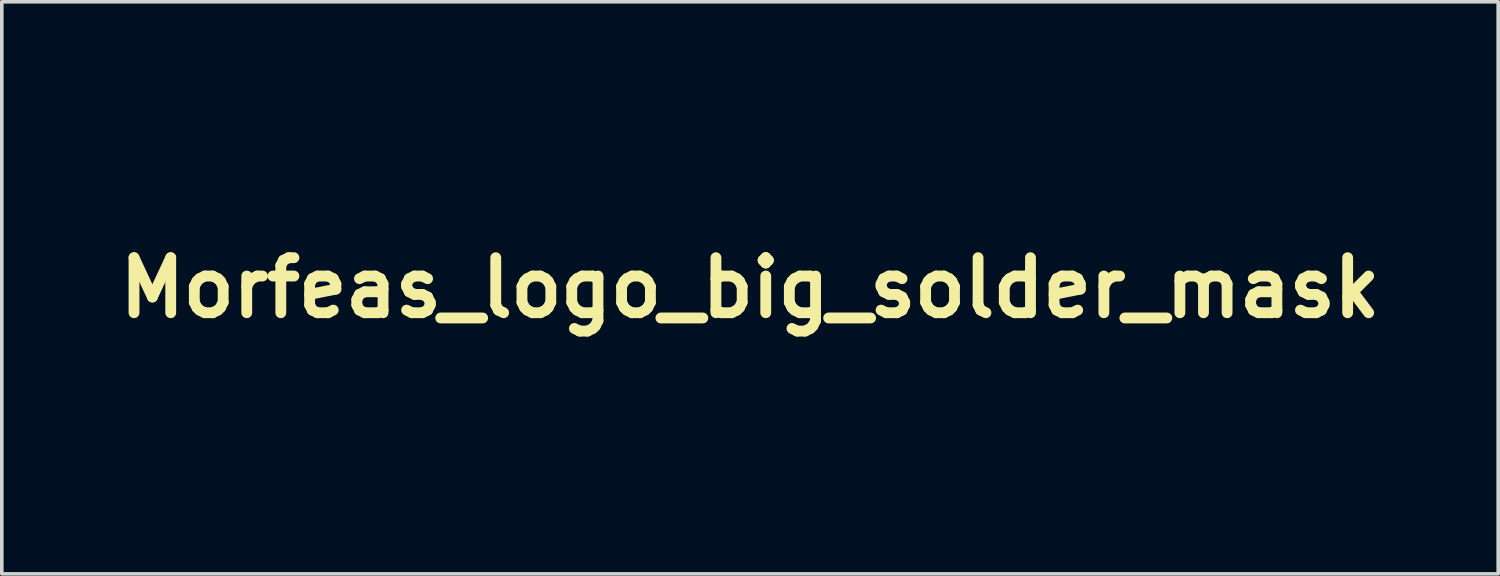
<source format=kicad_pcb>
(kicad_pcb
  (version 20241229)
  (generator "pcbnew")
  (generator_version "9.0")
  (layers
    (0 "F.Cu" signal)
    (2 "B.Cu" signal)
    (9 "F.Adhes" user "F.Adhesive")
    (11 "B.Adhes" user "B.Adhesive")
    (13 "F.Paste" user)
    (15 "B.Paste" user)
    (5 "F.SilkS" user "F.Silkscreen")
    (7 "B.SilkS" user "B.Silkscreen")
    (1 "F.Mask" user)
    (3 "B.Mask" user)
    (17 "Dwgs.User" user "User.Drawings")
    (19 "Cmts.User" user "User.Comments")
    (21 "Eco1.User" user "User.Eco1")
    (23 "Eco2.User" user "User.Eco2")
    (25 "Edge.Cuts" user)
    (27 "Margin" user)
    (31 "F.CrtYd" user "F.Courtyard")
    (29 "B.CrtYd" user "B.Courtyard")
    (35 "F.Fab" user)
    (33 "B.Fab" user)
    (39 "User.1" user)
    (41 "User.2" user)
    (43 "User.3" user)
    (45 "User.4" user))
  (footprint "Morfeas_logo_big_solder_mask"
    (layer "F.Cu")
    (at 17.715 4.919)
    (property "Reference" "Morfeas_logo_big_solder_mask" (at 0 0 0) (layer "F.SilkS") (effects (font (size 1.524 1.524) (thickness 0.3))))
    (attr through_hole)
    (fp_poly (pts (xy -0.893 -2.063) (xy -0.872 -2.042) (xy -0.846 -2.007) (xy -0.883 -1.967) (xy -0.923 -1.931) (xy -0.952 -1.914) (xy -0.974 -1.915) (xy -0.976 -1.916) (xy -0.99 -1.938) (xy -0.998 -1.974) (xy -0.997 -2.014) (xy -0.987 -2.045) (xy -0.962 -2.071) (xy -0.928 -2.077) (xy -0.893 -2.063)) (stroke (width 0.01) (type solid)) (fill yes) (layer "F.Mask"))
    (fp_poly (pts (xy 0.33 2.832) (xy 0.352 2.851) (xy 0.352 2.877) (xy 0.336 2.906) (xy 0.3 2.941) (xy 0.255 2.963) (xy 0.211 2.968) (xy 0.194 2.963) (xy 0.18 2.946) (xy 0.18 2.916) (xy 0.192 2.882) (xy 0.197 2.874) (xy 0.227 2.847) (xy 0.268 2.83) (xy 0.308 2.826) (xy 0.33 2.832)) (stroke (width 0.01) (type solid)) (fill yes) (layer "F.Mask"))
    (fp_poly (pts (xy -2.911 2.496) (xy -2.768 2.515) (xy -2.646 2.547) (xy -2.546 2.592) (xy -2.467 2.649) (xy -2.411 2.718) (xy -2.376 2.8) (xy -2.365 2.868) (xy -2.363 2.922) (xy -2.368 2.962) (xy -2.38 3.001) (xy -2.391 3.026) (xy -2.44 3.106) (xy -2.506 3.174) (xy -2.593 3.231) (xy -2.699 3.276) (xy -2.827 3.31) (xy -2.977 3.334) (xy -3.029 3.34) (xy -3.087 3.345) (xy -3.136 3.349) (xy -3.17 3.352) (xy -3.183 3.353) (xy -3.192 3.365) (xy -3.199 3.402) (xy -3.205 3.462) (xy -3.206 3.477) (xy -3.213 3.552) (xy -3.223 3.629) (xy -3.235 3.7) (xy -3.248 3.758) (xy -3.258 3.787) (xy -3.258 3.8) (xy -3.244 3.81) (xy -3.21 3.819) (xy -3.198 3.822) (xy -3.05 3.845) (xy -2.911 3.854) (xy -2.772 3.847) (xy -2.628 3.824) (xy -2.535 3.802) (xy -2.462 3.783) (xy -2.409 3.766) (xy -2.369 3.748) (xy -2.339 3.727) (xy -2.311 3.701) (xy -2.301 3.69) (xy -2.274 3.654) (xy -2.263 3.618) (xy -2.261 3.584) (xy -2.269 3.523) (xy -2.286 3.486) (xy -2.308 3.439) (xy -2.305 3.399) (xy -2.279 3.366) (xy -2.228 3.34) (xy -2.226 3.34) (xy -2.2 3.333) (xy -2.172 3.336) (xy -2.135 3.348) (xy -2.111 3.358) (xy -1.996 3.396) (xy -1.884 3.409) (xy -1.771 3.399) (xy -1.654 3.364) (xy -1.639 3.359) (xy -1.592 3.341) (xy -1.561 3.335) (xy -1.539 3.339) (xy -1.536 3.34) (xy -1.518 3.354) (xy -1.514 3.371) (xy -1.523 3.398) (xy -1.547 3.437) (xy -1.563 3.459) (xy -1.618 3.541) (xy -1.657 3.611) (xy -1.679 3.673) (xy -1.689 3.73) (xy -1.689 3.745) (xy -1.682 3.813) (xy -1.663 3.867) (xy -1.633 3.905) (xy -1.611 3.917) (xy -1.591 3.921) (xy -1.572 3.917) (xy -1.549 3.901) (xy -1.514 3.871) (xy -1.505 3.863) (xy -1.457 3.824) (xy -1.411 3.796) (xy -1.384 3.785) (xy -1.338 3.764) (xy -1.074 3.764) (xy -1.072 3.775) (xy -1.071 3.778) (xy -1.043 3.832) (xy -0.998 3.879) (xy -0.967 3.899) (xy -0.909 3.919) (xy -0.843 3.924) (xy -0.781 3.915) (xy -0.736 3.895) (xy -0.695 3.861) (xy -0.662 3.82) (xy -0.64 3.778) (xy -0.635 3.753) (xy -0.636 3.74) (xy -0.642 3.733) (xy -0.659 3.732) (xy -0.691 3.736) (xy -0.733 3.743) (xy -0.797 3.751) (xy -0.873 3.756) (xy -0.947 3.757) (xy -0.956 3.756) (xy -1.012 3.755) (xy -1.048 3.755) (xy -1.067 3.758) (xy -1.074 3.764) (xy -1.338 3.764) (xy -1.319 3.756) (xy -1.271 3.708) (xy -1.24 3.643) (xy -1.24 3.641) (xy -1.224 3.604) (xy -0.973 3.604) (xy -0.972 3.606) (xy -0.956 3.612) (xy -0.92 3.616) (xy -0.872 3.618) (xy -0.816 3.618) (xy -0.76 3.614) (xy -0.711 3.609) (xy -0.654 3.6) (xy -0.705 3.546) (xy -0.753 3.504) (xy -0.798 3.482) (xy -0.801 3.481) (xy -0.846 3.475) (xy -0.887 3.477) (xy -0.916 3.486) (xy -0.927 3.501) (xy -0.934 3.523) (xy -0.952 3.552) (xy -0.954 3.555) (xy -0.97 3.583) (xy -0.973 3.604) (xy -1.224 3.604) (xy -1.208 3.563) (xy -1.159 3.497) (xy -1.092 3.441) (xy -1.002 3.391) (xy -1.001 3.391) (xy -0.896 3.352) (xy -0.798 3.334) (xy -0.707 3.338) (xy -0.626 3.364) (xy -0.614 3.37) (xy -0.583 3.393) (xy -0.55 3.427) (xy -0.514 3.476) (xy -0.476 3.535) (xy -0.467 3.546) (xy -0.452 3.549) (xy -0.426 3.544) (xy -0.397 3.536) (xy -0.338 3.523) (xy -0.289 3.521) (xy -0.257 3.53) (xy -0.244 3.547) (xy -0.245 3.571) (xy -0.262 3.594) (xy -0.297 3.619) (xy -0.352 3.647) (xy -0.365 3.653) (xy -0.413 3.676) (xy -0.441 3.694) (xy -0.455 3.71) (xy -0.457 3.724) (xy -0.463 3.752) (xy -0.476 3.791) (xy -0.487 3.816) (xy -0.533 3.888) (xy -0.598 3.95) (xy -0.676 4.001) (xy -0.764 4.04) (xy -0.855 4.064) (xy -0.946 4.071) (xy -1.031 4.061) (xy -1.093 4.038) (xy -1.132 4.012) (xy -1.174 3.975) (xy -1.209 3.934) (xy -1.234 3.896) (xy -1.239 3.883) (xy -1.246 3.853) (xy -1.317 3.889) (xy -1.367 3.918) (xy -1.417 3.954) (xy -1.442 3.974) (xy -1.502 4.023) (xy -1.557 4.053) (xy -1.613 4.067) (xy -1.645 4.068) (xy -1.718 4.057) (xy -1.779 4.025) (xy -1.826 3.977) (xy -1.858 3.914) (xy -1.875 3.841) (xy -1.874 3.758) (xy -1.855 3.67) (xy -1.826 3.597) (xy -1.797 3.535) (xy -1.867 3.547) (xy -1.922 3.552) (xy -1.981 3.553) (xy -2.004 3.552) (xy -2.05 3.55) (xy -2.073 3.556) (xy -2.076 3.56) (xy -2.082 3.58) (xy -2.094 3.614) (xy -2.102 3.637) (xy -2.135 3.699) (xy -2.188 3.761) (xy -2.254 3.819) (xy -2.328 3.867) (xy -2.404 3.902) (xy -2.464 3.918) (xy -2.503 3.926) (xy -2.557 3.939) (xy -2.614 3.955) (xy -2.629 3.96) (xy -2.671 3.972) (xy -2.709 3.981) (xy -2.748 3.987) (xy -2.793 3.99) (xy -2.85 3.992) (xy -2.925 3.992) (xy -2.953 3.992) (xy -3.063 3.99) (xy -3.159 3.985) (xy -3.236 3.977) (xy -3.268 3.972) (xy -3.367 3.953) (xy -3.446 3.995) (xy -3.555 4.044) (xy -3.656 4.069) (xy -3.75 4.071) (xy -3.801 4.061) (xy -3.858 4.034) (xy -3.905 3.988) (xy -3.936 3.929) (xy -3.938 3.92) (xy -3.943 3.884) (xy -3.945 3.826) (xy -3.944 3.776) (xy -3.768 3.776) (xy -3.766 3.801) (xy -3.752 3.853) (xy -3.729 3.893) (xy -3.702 3.915) (xy -3.698 3.916) (xy -3.663 3.921) (xy -3.615 3.922) (xy -3.568 3.921) (xy -3.533 3.916) (xy -3.508 3.9) (xy -3.487 3.87) (xy -3.486 3.869) (xy -3.465 3.83) (xy -3.442 3.797) (xy -3.426 3.772) (xy -3.413 3.739) (xy -3.404 3.696) (xy -3.398 3.641) (xy -3.395 3.571) (xy -3.395 3.484) (xy -3.398 3.379) (xy -3.403 3.251) (xy -3.409 3.146) (xy -3.416 3.025) (xy -3.421 2.928) (xy -3.423 2.851) (xy -3.425 2.793) (xy -3.424 2.752) (xy -3.422 2.724) (xy -3.418 2.709) (xy -3.418 2.708) (xy -3.403 2.68) (xy -3.447 2.706) (xy -3.513 2.756) (xy -3.575 2.821) (xy -3.625 2.894) (xy -3.632 2.909) (xy -3.664 2.982) (xy -3.689 3.063) (xy -3.706 3.156) (xy -3.719 3.266) (xy -3.721 3.3) (xy -3.728 3.381) (xy -3.737 3.47) (xy -3.747 3.556) (xy -3.753 3.607) (xy -3.761 3.67) (xy -3.766 3.729) (xy -3.768 3.776) (xy -3.944 3.776) (xy -3.943 3.752) (xy -3.939 3.666) (xy -3.933 3.572) (xy -3.925 3.474) (xy -3.915 3.377) (xy -3.904 3.284) (xy -3.892 3.201) (xy -3.879 3.132) (xy -3.873 3.105) (xy -3.829 2.972) (xy -3.765 2.853) (xy -3.68 2.747) (xy -3.58 2.66) (xy -3.256 2.66) (xy -3.253 2.67) (xy -3.248 2.693) (xy -3.244 2.735) (xy -3.239 2.792) (xy -3.235 2.86) (xy -3.234 2.896) (xy -3.23 2.969) (xy -3.226 3.039) (xy -3.222 3.098) (xy -3.219 3.141) (xy -3.218 3.152) (xy -3.21 3.212) (xy -3.1 3.205) (xy -3.032 3.201) (xy -2.956 3.194) (xy -2.889 3.187) (xy -2.887 3.187) (xy -2.786 3.171) (xy -2.706 3.15) (xy -2.646 3.123) (xy -2.608 3.095) (xy -2.567 3.041) (xy -2.547 2.976) (xy -2.551 2.905) (xy -2.554 2.892) (xy -2.581 2.824) (xy -2.626 2.768) (xy -2.691 2.722) (xy -2.777 2.685) (xy -2.832 2.668) (xy -2.886 2.656) (xy -2.951 2.645) (xy -3.023 2.637) (xy -3.095 2.631) (xy -3.158 2.629) (xy -3.208 2.63) (xy -3.23 2.634) (xy -3.253 2.643) (xy -3.256 2.66) (xy -3.58 2.66) (xy -3.573 2.653) (xy -3.519 2.615) (xy -3.423 2.559) (xy -3.328 2.521) (xy -3.227 2.499) (xy -3.113 2.49) (xy -3.076 2.489) (xy -2.911 2.496)) (stroke (width 0.01) (type solid)) (fill yes) (layer "F.Mask"))
    (fp_poly (pts (xy 2.931 2.831) (xy 2.938 2.834) (xy 2.953 2.856) (xy 2.958 2.899) (xy 2.955 2.96) (xy 2.942 3.036) (xy 2.929 3.089) (xy 2.917 3.138) (xy 2.91 3.176) (xy 2.907 3.197) (xy 2.909 3.2) (xy 2.923 3.199) (xy 2.959 3.196) (xy 3.011 3.191) (xy 3.074 3.185) (xy 3.115 3.181) (xy 3.189 3.174) (xy 3.26 3.169) (xy 3.322 3.165) (xy 3.368 3.164) (xy 3.381 3.165) (xy 3.42 3.168) (xy 3.441 3.175) (xy 3.449 3.188) (xy 3.452 3.202) (xy 3.449 3.231) (xy 3.428 3.255) (xy 3.416 3.264) (xy 3.397 3.275) (xy 3.373 3.284) (xy 3.34 3.292) (xy 3.294 3.3) (xy 3.23 3.308) (xy 3.151 3.316) (xy 3.077 3.324) (xy 3.01 3.33) (xy 2.955 3.336) (xy 2.916 3.339) (xy 2.901 3.34) (xy 2.887 3.343) (xy 2.877 3.355) (xy 2.87 3.381) (xy 2.862 3.426) (xy 2.86 3.437) (xy 2.854 3.494) (xy 2.854 3.539) (xy 2.861 3.586) (xy 2.871 3.63) (xy 2.904 3.728) (xy 2.947 3.808) (xy 2.998 3.868) (xy 3.056 3.908) (xy 3.12 3.924) (xy 3.131 3.924) (xy 3.156 3.916) (xy 3.195 3.895) (xy 3.241 3.863) (xy 3.252 3.855) (xy 3.314 3.812) (xy 3.368 3.784) (xy 3.412 3.773) (xy 3.441 3.778) (xy 3.451 3.795) (xy 3.454 3.823) (xy 3.445 3.858) (xy 3.419 3.882) (xy 3.391 3.902) (xy 3.352 3.931) (xy 3.316 3.96) (xy 3.249 4.009) (xy 3.193 4.042) (xy 3.14 4.061) (xy 3.085 4.068) (xy 3.067 4.068) (xy 2.977 4.057) (xy 2.893 4.025) (xy 2.82 3.976) (xy 2.764 3.911) (xy 2.748 3.882) (xy 2.729 3.846) (xy 2.716 3.821) (xy 2.711 3.812) (xy 2.7 3.817) (xy 2.675 3.834) (xy 2.649 3.853) (xy 2.607 3.881) (xy 2.564 3.903) (xy 2.542 3.911) (xy 2.51 3.922) (xy 2.462 3.94) (xy 2.407 3.962) (xy 2.376 3.975) (xy 2.241 4.028) (xy 2.12 4.061) (xy 2.012 4.076) (xy 1.915 4.072) (xy 1.826 4.049) (xy 1.744 4.007) (xy 1.729 3.998) (xy 1.682 3.957) (xy 1.643 3.909) (xy 1.621 3.867) (xy 1.609 3.865) (xy 1.581 3.874) (xy 1.561 3.882) (xy 1.526 3.898) (xy 1.471 3.918) (xy 1.403 3.942) (xy 1.327 3.967) (xy 1.249 3.992) (xy 1.173 4.016) (xy 1.106 4.035) (xy 1.067 4.046) (xy 0.981 4.062) (xy 0.894 4.068) (xy 0.813 4.063) (xy 0.745 4.05) (xy 0.719 4.039) (xy 0.649 3.992) (xy 0.596 3.926) (xy 0.576 3.884) (xy 0.556 3.836) (xy 0.516 3.866) (xy 0.481 3.889) (xy 0.435 3.913) (xy 0.408 3.925) (xy 0.34 3.954) (xy 0.348 4.012) (xy 0.356 4.084) (xy 0.361 4.168) (xy 0.364 4.258) (xy 0.365 4.346) (xy 0.363 4.426) (xy 0.358 4.49) (xy 0.357 4.502) (xy 0.331 4.614) (xy 0.286 4.708) (xy 0.223 4.787) (xy 0.14 4.849) (xy 0.091 4.874) (xy 0.036 4.893) (xy -0.03 4.906) (xy -0.102 4.913) (xy -0.171 4.914) (xy -0.23 4.908) (xy -0.273 4.895) (xy -0.273 4.895) (xy -0.333 4.856) (xy -0.374 4.811) (xy -0.399 4.757) (xy -0.41 4.687) (xy -0.412 4.635) (xy -0.412 4.633) (xy -0.227 4.633) (xy -0.217 4.68) (xy -0.194 4.716) (xy -0.155 4.747) (xy -0.149 4.751) (xy -0.119 4.766) (xy -0.085 4.772) (xy -0.038 4.772) (xy -0.029 4.771) (xy 0.021 4.764) (xy 0.063 4.753) (xy 0.084 4.744) (xy 0.109 4.719) (xy 0.134 4.682) (xy 0.144 4.663) (xy 0.153 4.641) (xy 0.16 4.619) (xy 0.165 4.592) (xy 0.168 4.557) (xy 0.17 4.509) (xy 0.171 4.444) (xy 0.171 4.359) (xy 0.171 4.341) (xy 0.17 4.24) (xy 0.168 4.161) (xy 0.165 4.105) (xy 0.161 4.072) (xy 0.157 4.064) (xy 0.14 4.063) (xy 0.109 4.078) (xy 0.069 4.106) (xy 0.024 4.143) (xy -0.023 4.187) (xy -0.067 4.233) (xy -0.085 4.254) (xy -0.148 4.338) (xy -0.19 4.417) (xy -0.216 4.495) (xy -0.226 4.569) (xy -0.227 4.633) (xy -0.412 4.633) (xy -0.412 4.581) (xy -0.408 4.541) (xy -0.399 4.506) (xy -0.382 4.465) (xy -0.36 4.419) (xy -0.281 4.289) (xy -0.181 4.167) (xy -0.059 4.055) (xy 0.08 3.956) (xy 0.114 3.933) (xy 0.132 3.915) (xy 0.136 3.896) (xy 0.134 3.873) (xy 0.129 3.833) (xy 0.123 3.784) (xy 0.12 3.764) (xy 0.112 3.698) (xy 0.034 3.752) (xy -0.041 3.8) (xy -0.118 3.843) (xy -0.195 3.88) (xy -0.266 3.908) (xy -0.327 3.925) (xy -0.374 3.931) (xy -0.389 3.929) (xy -0.411 3.922) (xy -0.417 3.911) (xy -0.409 3.889) (xy -0.394 3.864) (xy -0.378 3.843) (xy -0.352 3.823) (xy -0.314 3.799) (xy -0.259 3.771) (xy -0.213 3.748) (xy -0.116 3.7) (xy -0.042 3.654) (xy 0.014 3.609) (xy 0.053 3.562) (xy 0.08 3.509) (xy 0.096 3.451) (xy 0.118 3.39) (xy 0.158 3.347) (xy 0.198 3.327) (xy 0.237 3.32) (xy 0.262 3.329) (xy 0.276 3.359) (xy 0.28 3.408) (xy 0.282 3.449) (xy 0.285 3.503) (xy 0.29 3.566) (xy 0.296 3.63) (xy 0.302 3.693) (xy 0.309 3.748) (xy 0.315 3.79) (xy 0.319 3.814) (xy 0.321 3.817) (xy 0.341 3.821) (xy 0.372 3.807) (xy 0.412 3.78) (xy 0.455 3.743) (xy 0.499 3.7) (xy 0.539 3.653) (xy 0.562 3.62) (xy 0.737 3.62) (xy 0.745 3.626) (xy 0.77 3.63) (xy 0.815 3.632) (xy 0.883 3.631) (xy 0.912 3.63) (xy 0.988 3.628) (xy 1.042 3.624) (xy 1.08 3.619) (xy 1.106 3.611) (xy 1.121 3.603) (xy 1.152 3.573) (xy 1.165 3.538) (xy 1.158 3.505) (xy 1.151 3.495) (xy 1.135 3.484) (xy 1.11 3.478) (xy 1.07 3.475) (xy 1.01 3.474) (xy 1.006 3.474) (xy 0.945 3.475) (xy 0.902 3.478) (xy 0.87 3.486) (xy 0.841 3.498) (xy 0.827 3.505) (xy 0.783 3.538) (xy 0.751 3.577) (xy 0.737 3.615) (xy 0.737 3.62) (xy 0.562 3.62) (xy 0.572 3.606) (xy 0.581 3.59) (xy 0.621 3.523) (xy 0.662 3.474) (xy 0.713 3.434) (xy 0.781 3.397) (xy 0.781 3.396) (xy 0.856 3.367) (xy 0.939 3.345) (xy 1.025 3.333) (xy 1.109 3.329) (xy 1.186 3.334) (xy 1.252 3.348) (xy 1.301 3.371) (xy 1.319 3.386) (xy 1.34 3.429) (xy 1.346 3.483) (xy 1.338 3.541) (xy 1.314 3.596) (xy 1.304 3.612) (xy 1.25 3.663) (xy 1.176 3.707) (xy 1.086 3.74) (xy 0.984 3.762) (xy 0.875 3.772) (xy 0.855 3.772) (xy 0.796 3.774) (xy 0.761 3.778) (xy 0.749 3.787) (xy 0.758 3.81) (xy 0.781 3.842) (xy 0.811 3.875) (xy 0.842 3.9) (xy 0.851 3.905) (xy 0.896 3.919) (xy 0.959 3.924) (xy 1.033 3.92) (xy 1.111 3.908) (xy 1.144 3.9) (xy 1.205 3.882) (xy 1.274 3.86) (xy 1.346 3.834) (xy 1.416 3.807) (xy 1.478 3.781) (xy 1.529 3.758) (xy 1.562 3.739) (xy 1.569 3.734) (xy 1.59 3.704) (xy 1.609 3.664) (xy 1.613 3.65) (xy 1.649 3.566) (xy 1.707 3.492) (xy 1.781 3.43) (xy 1.87 3.382) (xy 1.969 3.35) (xy 2.076 3.336) (xy 2.089 3.336) (xy 2.161 3.342) (xy 2.232 3.358) (xy 2.298 3.384) (xy 2.352 3.415) (xy 2.389 3.451) (xy 2.404 3.479) (xy 2.4 3.512) (xy 2.377 3.544) (xy 2.341 3.571) (xy 2.317 3.582) (xy 2.292 3.588) (xy 2.271 3.588) (xy 2.247 3.578) (xy 2.211 3.557) (xy 2.193 3.546) (xy 2.123 3.505) (xy 2.062 3.482) (xy 2.007 3.475) (xy 1.958 3.481) (xy 1.886 3.506) (xy 1.834 3.547) (xy 1.803 3.603) (xy 1.791 3.675) (xy 1.791 3.686) (xy 1.802 3.76) (xy 1.836 3.825) (xy 1.887 3.877) (xy 1.955 3.914) (xy 2.036 3.934) (xy 2.083 3.937) (xy 2.121 3.932) (xy 2.175 3.918) (xy 2.242 3.898) (xy 2.315 3.873) (xy 2.388 3.845) (xy 2.457 3.817) (xy 2.516 3.79) (xy 2.56 3.766) (xy 2.577 3.754) (xy 2.605 3.716) (xy 2.63 3.661) (xy 2.65 3.595) (xy 2.661 3.531) (xy 2.668 3.475) (xy 2.679 3.406) (xy 2.692 3.328) (xy 2.708 3.245) (xy 2.724 3.163) (xy 2.74 3.086) (xy 2.755 3.018) (xy 2.768 2.965) (xy 2.778 2.931) (xy 2.78 2.927) (xy 2.799 2.892) (xy 2.818 2.865) (xy 2.822 2.86) (xy 2.857 2.841) (xy 2.897 2.83) (xy 2.931 2.831)) (stroke (width 0.01) (type solid)) (fill yes) (layer "F.Mask"))
    (fp_poly (pts (xy -2.947 -4.899) (xy -2.917 -4.886) (xy -2.898 -4.877) (xy -2.878 -4.87) (xy -2.853 -4.865) (xy -2.819 -4.861) (xy -2.773 -4.857) (xy -2.712 -4.855) (xy -2.63 -4.853) (xy -2.578 -4.852) (xy -2.293 -4.845) (xy -2.197 -4.626) (xy -2.102 -4.407) (xy -1.949 -4.307) (xy -1.883 -4.264) (xy -1.836 -4.23) (xy -1.805 -4.203) (xy -1.786 -4.18) (xy -1.777 -4.165) (xy -1.77 -4.133) (xy -1.764 -4.081) (xy -1.761 -4.018) (xy -1.76 -3.947) (xy -1.761 -3.877) (xy -1.764 -3.812) (xy -1.77 -3.76) (xy -1.774 -3.739) (xy -1.778 -3.722) (xy -1.779 -3.706) (xy -1.777 -3.686) (xy -1.77 -3.661) (xy -1.758 -3.627) (xy -1.74 -3.58) (xy -1.714 -3.519) (xy -1.68 -3.439) (xy -1.646 -3.361) (xy -1.505 -3.037) (xy -1.454 -3.028) (xy -1.378 -3.009) (xy -1.297 -2.976) (xy -1.207 -2.926) (xy -1.162 -2.898) (xy -1.12 -2.87) (xy -1.083 -2.845) (xy -1.05 -2.819) (xy -1.021 -2.79) (xy -0.993 -2.757) (xy -0.967 -2.718) (xy -0.94 -2.671) (xy -0.912 -2.613) (xy -0.882 -2.542) (xy -0.849 -2.457) (xy -0.811 -2.355) (xy -0.767 -2.235) (xy -0.717 -2.094) (xy -0.684 -2) (xy -0.657 -1.929) (xy -0.629 -1.859) (xy -0.603 -1.797) (xy -0.581 -1.751) (xy -0.576 -1.743) (xy -0.553 -1.7) (xy -0.542 -1.671) (xy -0.54 -1.648) (xy -0.545 -1.625) (xy -0.546 -1.622) (xy -0.552 -1.602) (xy -0.552 -1.579) (xy -0.548 -1.548) (xy -0.537 -1.505) (xy -0.518 -1.443) (xy -0.514 -1.429) (xy -0.488 -1.346) (xy -0.47 -1.285) (xy -0.457 -1.239) (xy -0.451 -1.207) (xy -0.449 -1.185) (xy -0.453 -1.167) (xy -0.461 -1.152) (xy -0.472 -1.134) (xy -0.475 -1.13) (xy -0.512 -1.087) (xy -0.553 -1.058) (xy -0.593 -1.046) (xy -0.612 -1.049) (xy -0.631 -1.051) (xy -0.632 -1.04) (xy -0.616 -1.001) (xy -0.592 -0.944) (xy -0.562 -0.873) (xy -0.526 -0.79) (xy -0.485 -0.697) (xy -0.441 -0.597) (xy -0.395 -0.492) (xy -0.347 -0.385) (xy -0.3 -0.278) (xy -0.253 -0.173) (xy -0.209 -0.075) (xy -0.168 0.017) (xy -0.131 0.098) (xy -0.099 0.166) (xy -0.075 0.219) (xy -0.058 0.254) (xy -0.049 0.269) (xy -0.049 0.27) (xy -0.042 0.257) (xy -0.027 0.223) (xy -0.002 0.168) (xy 0.03 0.095) (xy 0.07 0.006) (xy 0.117 -0.099) (xy 0.169 -0.217) (xy 0.226 -0.347) (xy 0.288 -0.487) (xy 0.353 -0.636) (xy 0.422 -0.791) (xy 0.436 -0.824) (xy 0.912 -1.909) (xy 0.888 -1.961) (xy 0.873 -2.008) (xy 0.864 -2.06) (xy 0.864 -2.073) (xy 0.867 -2.116) (xy 0.881 -2.15) (xy 0.905 -2.181) (xy 0.942 -2.222) (xy 0.969 -2.246) (xy 0.992 -2.258) (xy 1.011 -2.26) (xy 1.031 -2.267) (xy 1.048 -2.291) (xy 1.061 -2.321) (xy 1.084 -2.378) (xy 1.117 -2.452) (xy 1.156 -2.535) (xy 1.198 -2.622) (xy 1.241 -2.706) (xy 1.281 -2.781) (xy 1.285 -2.789) (xy 1.301 -2.82) (xy 1.326 -2.873) (xy 1.36 -2.944) (xy 1.4 -3.033) (xy 1.448 -3.138) (xy 1.5 -3.255) (xy 1.558 -3.383) (xy 1.619 -3.521) (xy 1.683 -3.666) (xy 1.749 -3.816) (xy 1.778 -3.881) (xy 2.201 -4.848) (xy 2.399 -4.858) (xy 2.474 -4.861) (xy 2.548 -4.863) (xy 2.612 -4.865) (xy 2.66 -4.866) (xy 2.673 -4.866) (xy 2.7 -4.865) (xy 2.75 -4.865) (xy 2.82 -4.864) (xy 2.907 -4.863) (xy 3.01 -4.862) (xy 3.124 -4.861) (xy 3.249 -4.859) (xy 3.38 -4.858) (xy 3.458 -4.857) (xy 4.166 -4.849) (xy 4.166 -4.776) (xy 4.168 -4.73) (xy 4.176 -4.7) (xy 4.192 -4.679) (xy 4.192 -4.679) (xy 4.234 -4.626) (xy 4.26 -4.558) (xy 4.267 -4.492) (xy 4.262 -4.437) (xy 4.246 -4.369) (xy 4.224 -4.296) (xy 4.197 -4.229) (xy 4.186 -4.207) (xy 4.184 -4.201) (xy 4.182 -4.192) (xy 4.18 -4.179) (xy 4.178 -4.161) (xy 4.177 -4.137) (xy 4.175 -4.106) (xy 4.174 -4.068) (xy 4.173 -4.02) (xy 4.172 -3.963) (xy 4.171 -3.895) (xy 4.17 -3.816) (xy 4.169 -3.725) (xy 4.169 -3.62) (xy 4.168 -3.501) (xy 4.167 -3.366) (xy 4.167 -3.216) (xy 4.167 -3.048) (xy 4.166 -2.863) (xy 4.166 -2.658) (xy 4.166 -2.434) (xy 4.166 -2.189) (xy 4.166 -1.923) (xy 4.166 -1.634) (xy 4.166 -1.321) (xy 4.166 -0.984) (xy 4.166 2.252) (xy 3.947 2.244) (xy 3.88 2.242) (xy 3.793 2.24) (xy 3.69 2.238) (xy 3.577 2.237) (xy 3.458 2.236) (xy 3.339 2.235) (xy 3.267 2.235) (xy 2.807 2.235) (xy 2.807 2.203) (xy 2.805 2.184) (xy 2.796 2.175) (xy 2.773 2.173) (xy 2.741 2.174) (xy 2.701 2.178) (xy 2.68 2.185) (xy 2.67 2.2) (xy 2.667 2.21) (xy 2.65 2.238) (xy 2.632 2.246) (xy 2.613 2.245) (xy 2.605 2.232) (xy 2.603 2.203) (xy 2.603 2.156) (xy 2.556 2.165) (xy 2.511 2.175) (xy 2.469 2.187) (xy 2.468 2.187) (xy 2.435 2.195) (xy 2.413 2.189) (xy 2.406 2.184) (xy 2.394 2.178) (xy 2.373 2.174) (xy 2.34 2.171) (xy 2.291 2.169) (xy 2.223 2.169) (xy 2.135 2.169) (xy 2.091 2.17) (xy 1.997 2.171) (xy 1.925 2.171) (xy 1.872 2.171) (xy 1.834 2.169) (xy 1.808 2.166) (xy 1.791 2.162) (xy 1.779 2.155) (xy 1.769 2.147) (xy 1.743 2.109) (xy 1.724 2.058) (xy 1.724 2.057) (xy 1.98 2.057) (xy 2.03 2.057) (xy 2.036 2.057) (xy 2.39 2.057) (xy 2.393 2.067) (xy 2.4 2.064) (xy 2.41 2.046) (xy 2.412 2.028) (xy 2.411 2.018) (xy 2.489 2.018) (xy 2.497 2.051) (xy 2.511 2.062) (xy 2.546 2.064) (xy 2.581 2.057) (xy 2.605 2.043) (xy 2.606 2.041) (xy 2.615 2.016) (xy 2.614 2.013) (xy 2.667 2.013) (xy 2.676 2.04) (xy 2.696 2.054) (xy 2.719 2.053) (xy 2.737 2.036) (xy 2.741 2.023) (xy 2.734 1.994) (xy 2.718 1.981) (xy 2.688 1.973) (xy 2.671 1.987) (xy 2.667 2.013) (xy 2.614 2.013) (xy 2.608 1.985) (xy 2.605 1.977) (xy 2.598 1.963) (xy 2.589 1.969) (xy 2.581 1.986) (xy 2.564 2.014) (xy 2.545 2.016) (xy 2.527 2) (xy 2.506 1.983) (xy 2.494 1.989) (xy 2.489 2.018) (xy 2.411 2.018) (xy 2.411 2.009) (xy 2.406 2.014) (xy 2.4 2.026) (xy 2.39 2.057) (xy 2.036 2.057) (xy 2.07 2.052) (xy 2.088 2.037) (xy 2.097 2.001) (xy 2.09 1.985) (xy 2.069 1.987) (xy 2.035 2.01) (xy 2.024 2.019) (xy 1.98 2.057) (xy 1.724 2.057) (xy 1.715 2.001) (xy 1.716 1.995) (xy 1.849 1.995) (xy 1.852 2.015) (xy 1.856 2.022) (xy 1.876 2.041) (xy 1.901 2.036) (xy 1.927 2.01) (xy 1.927 2.01) (xy 1.938 1.991) (xy 1.933 1.983) (xy 1.908 1.981) (xy 1.902 1.981) (xy 1.865 1.984) (xy 1.849 1.995) (xy 1.716 1.995) (xy 1.717 1.947) (xy 1.73 1.905) (xy 1.737 1.894) (xy 1.765 1.874) (xy 1.812 1.856) (xy 1.841 1.848) (xy 1.895 1.836) (xy 1.948 1.823) (xy 1.98 1.816) (xy 2.028 1.8) (xy 2.07 1.777) (xy 2.098 1.753) (xy 2.108 1.732) (xy 2.1 1.716) (xy 2.076 1.687) (xy 2.075 1.686) (xy 2.275 1.686) (xy 2.287 1.683) (xy 2.29 1.682) (xy 2.305 1.672) (xy 2.305 1.666) (xy 2.292 1.668) (xy 2.283 1.675) (xy 2.275 1.686) (xy 2.075 1.686) (xy 2.043 1.65) (xy 2.021 1.628) (xy 1.981 1.587) (xy 1.956 1.559) (xy 1.944 1.538) (xy 1.942 1.521) (xy 1.944 1.511) (xy 1.947 1.494) (xy 2.263 1.494) (xy 2.268 1.498) (xy 2.282 1.499) (xy 2.307 1.491) (xy 2.316 1.48) (xy 2.316 1.476) (xy 2.769 1.476) (xy 2.775 1.486) (xy 2.789 1.48) (xy 2.799 1.466) (xy 2.806 1.438) (xy 2.803 1.428) (xy 2.789 1.438) (xy 2.787 1.441) (xy 2.773 1.464) (xy 2.769 1.476) (xy 2.316 1.476) (xy 2.317 1.463) (xy 2.303 1.465) (xy 2.28 1.48) (xy 2.263 1.494) (xy 1.947 1.494) (xy 1.951 1.475) (xy 1.955 1.439) (xy 1.954 1.429) (xy 2.603 1.429) (xy 2.61 1.435) (xy 2.616 1.429) (xy 2.61 1.422) (xy 2.603 1.429) (xy 1.954 1.429) (xy 1.952 1.411) (xy 1.938 1.392) (xy 1.907 1.373) (xy 1.906 1.372) (xy 1.866 1.346) (xy 1.848 1.316) (xy 1.85 1.275) (xy 1.855 1.257) (xy 1.86 1.22) (xy 1.861 1.189) (xy 1.981 1.189) (xy 1.988 1.221) (xy 2.009 1.24) (xy 2.046 1.251) (xy 2.103 1.255) (xy 2.119 1.256) (xy 2.188 1.257) (xy 2.179 1.193) (xy 2.176 1.172) (xy 2.249 1.172) (xy 2.25 1.217) (xy 2.254 1.247) (xy 2.261 1.257) (xy 2.268 1.246) (xy 2.272 1.217) (xy 2.272 1.197) (xy 2.271 1.174) (xy 2.325 1.174) (xy 2.326 1.205) (xy 2.331 1.227) (xy 2.337 1.232) (xy 2.344 1.22) (xy 2.348 1.191) (xy 2.349 1.169) (xy 2.413 1.169) (xy 2.414 1.216) (xy 2.42 1.243) (xy 2.433 1.254) (xy 2.455 1.257) (xy 2.455 1.257) (xy 2.468 1.255) (xy 2.475 1.246) (xy 2.476 1.223) (xy 2.472 1.182) (xy 2.471 1.172) (xy 2.462 1.112) (xy 2.449 1.077) (xy 2.437 1.067) (xy 2.527 1.067) (xy 2.527 1.243) (xy 2.569 1.248) (xy 2.602 1.251) (xy 2.65 1.253) (xy 2.704 1.255) (xy 2.708 1.255) (xy 2.807 1.257) (xy 2.807 1.067) (xy 2.527 1.067) (xy 2.437 1.067) (xy 2.436 1.066) (xy 2.424 1.079) (xy 2.416 1.116) (xy 2.413 1.169) (xy 2.349 1.169) (xy 2.349 1.165) (xy 2.348 1.127) (xy 2.343 1.113) (xy 2.337 1.118) (xy 2.329 1.141) (xy 2.325 1.174) (xy 2.271 1.174) (xy 2.27 1.149) (xy 2.265 1.119) (xy 2.259 1.108) (xy 2.253 1.119) (xy 2.249 1.152) (xy 2.249 1.172) (xy 2.176 1.172) (xy 2.172 1.149) (xy 2.163 1.112) (xy 2.159 1.1) (xy 2.137 1.071) (xy 2.1 1.06) (xy 2.053 1.068) (xy 2.034 1.076) (xy 2.002 1.096) (xy 1.987 1.12) (xy 1.983 1.142) (xy 1.981 1.189) (xy 1.861 1.189) (xy 1.862 1.167) (xy 1.859 1.115) (xy 1.857 1.043) (xy 1.863 0.992) (xy 1.878 0.962) (xy 2.742 0.962) (xy 2.749 0.965) (xy 2.769 0.955) (xy 2.788 0.934) (xy 2.805 0.901) (xy 2.805 0.885) (xy 2.792 0.887) (xy 2.769 0.911) (xy 2.766 0.916) (xy 2.746 0.947) (xy 2.742 0.962) (xy 1.878 0.962) (xy 1.881 0.956) (xy 1.889 0.949) (xy 2.276 0.949) (xy 2.289 0.949) (xy 2.303 0.934) (xy 2.309 0.913) (xy 2.31 0.892) (xy 2.304 0.894) (xy 2.293 0.907) (xy 2.276 0.934) (xy 2.276 0.949) (xy 1.889 0.949) (xy 1.905 0.935) (xy 2.161 0.935) (xy 2.169 0.942) (xy 2.188 0.93) (xy 2.195 0.925) (xy 2.207 0.9) (xy 2.209 0.886) (xy 2.704 0.886) (xy 2.71 0.885) (xy 2.728 0.865) (xy 2.759 0.824) (xy 2.761 0.82) (xy 2.785 0.781) (xy 2.801 0.749) (xy 2.805 0.73) (xy 2.797 0.727) (xy 2.779 0.747) (xy 2.76 0.777) (xy 2.729 0.83) (xy 2.71 0.867) (xy 2.704 0.886) (xy 2.209 0.886) (xy 2.209 0.883) (xy 2.208 0.867) (xy 2.201 0.868) (xy 2.184 0.887) (xy 2.165 0.916) (xy 2.161 0.935) (xy 1.905 0.935) (xy 1.911 0.93) (xy 1.924 0.923) (xy 1.951 0.907) (xy 1.966 0.885) (xy 1.97 0.87) (xy 2.108 0.87) (xy 2.115 0.876) (xy 2.121 0.87) (xy 2.115 0.864) (xy 2.108 0.87) (xy 1.97 0.87) (xy 1.975 0.849) (xy 1.976 0.845) (xy 2.121 0.845) (xy 2.127 0.851) (xy 2.134 0.845) (xy 2.127 0.838) (xy 2.121 0.845) (xy 1.976 0.845) (xy 1.976 0.842) (xy 1.977 0.819) (xy 2.274 0.819) (xy 2.292 0.781) (xy 2.305 0.749) (xy 2.311 0.725) (xy 2.7 0.725) (xy 2.709 0.737) (xy 2.71 0.737) (xy 2.718 0.727) (xy 2.736 0.701) (xy 2.759 0.664) (xy 2.76 0.662) (xy 2.784 0.618) (xy 2.801 0.578) (xy 2.807 0.551) (xy 2.807 0.514) (xy 2.781 0.552) (xy 2.746 0.607) (xy 2.72 0.657) (xy 2.705 0.698) (xy 2.7 0.725) (xy 2.311 0.725) (xy 2.311 0.725) (xy 2.311 0.725) (xy 2.308 0.712) (xy 2.301 0.718) (xy 2.291 0.738) (xy 2.283 0.766) (xy 2.281 0.775) (xy 2.274 0.819) (xy 1.977 0.819) (xy 1.978 0.806) (xy 2.146 0.806) (xy 2.153 0.813) (xy 2.159 0.806) (xy 2.153 0.8) (xy 2.146 0.806) (xy 1.978 0.806) (xy 1.978 0.805) (xy 1.978 0.781) (xy 2.159 0.781) (xy 2.165 0.787) (xy 2.172 0.781) (xy 2.165 0.775) (xy 2.159 0.781) (xy 1.978 0.781) (xy 1.977 0.748) (xy 1.977 0.743) (xy 2.114 0.743) (xy 2.117 0.746) (xy 2.131 0.726) (xy 2.157 0.684) (xy 2.159 0.679) (xy 2.179 0.642) (xy 2.192 0.614) (xy 2.194 0.602) (xy 2.186 0.61) (xy 2.169 0.634) (xy 2.148 0.671) (xy 2.147 0.673) (xy 2.124 0.719) (xy 2.114 0.743) (xy 1.977 0.743) (xy 1.974 0.675) (xy 1.969 0.604) (xy 2.096 0.604) (xy 2.101 0.609) (xy 2.115 0.596) (xy 2.134 0.57) (xy 2.144 0.552) (xy 2.565 0.552) (xy 2.572 0.559) (xy 2.578 0.552) (xy 2.572 0.546) (xy 2.565 0.552) (xy 2.144 0.552) (xy 2.15 0.544) (xy 2.693 0.544) (xy 2.699 0.545) (xy 2.718 0.525) (xy 2.751 0.484) (xy 2.756 0.477) (xy 2.788 0.431) (xy 2.803 0.396) (xy 2.804 0.372) (xy 2.801 0.356) (xy 2.796 0.353) (xy 2.784 0.367) (xy 2.765 0.4) (xy 2.753 0.419) (xy 2.72 0.48) (xy 2.7 0.522) (xy 2.693 0.544) (xy 2.15 0.544) (xy 2.155 0.536) (xy 2.175 0.498) (xy 2.185 0.476) (xy 2.273 0.476) (xy 2.28 0.483) (xy 2.286 0.476) (xy 2.28 0.47) (xy 2.273 0.476) (xy 2.185 0.476) (xy 2.191 0.462) (xy 2.198 0.44) (xy 2.2 0.432) (xy 2.286 0.432) (xy 2.291 0.442) (xy 2.294 0.44) (xy 2.296 0.425) (xy 2.294 0.423) (xy 2.287 0.425) (xy 2.286 0.432) (xy 2.2 0.432) (xy 2.206 0.406) (xy 2.208 0.382) (xy 2.207 0.379) (xy 2.2 0.382) (xy 2.186 0.404) (xy 2.167 0.438) (xy 2.146 0.479) (xy 2.126 0.522) (xy 2.109 0.561) (xy 2.098 0.591) (xy 2.096 0.604) (xy 1.969 0.604) (xy 1.969 0.594) (xy 1.961 0.507) (xy 1.952 0.422) (xy 1.951 0.412) (xy 2.071 0.412) (xy 2.073 0.427) (xy 2.081 0.425) (xy 2.099 0.404) (xy 2.103 0.4) (xy 2.122 0.376) (xy 2.692 0.376) (xy 2.694 0.392) (xy 2.698 0.394) (xy 2.707 0.384) (xy 2.725 0.357) (xy 2.748 0.32) (xy 2.75 0.317) (xy 2.776 0.27) (xy 2.788 0.242) (xy 2.784 0.23) (xy 2.765 0.232) (xy 2.762 0.233) (xy 2.746 0.248) (xy 2.728 0.276) (xy 2.711 0.311) (xy 2.698 0.347) (xy 2.692 0.376) (xy 2.122 0.376) (xy 2.128 0.369) (xy 2.146 0.341) (xy 2.148 0.338) (xy 2.149 0.337) (xy 2.261 0.337) (xy 2.267 0.343) (xy 2.565 0.343) (xy 2.57 0.353) (xy 2.574 0.351) (xy 2.575 0.336) (xy 2.574 0.334) (xy 2.566 0.336) (xy 2.565 0.343) (xy 2.267 0.343) (xy 2.273 0.337) (xy 2.267 0.33) (xy 2.261 0.337) (xy 2.149 0.337) (xy 2.155 0.322) (xy 2.147 0.323) (xy 2.144 0.324) (xy 2.107 0.352) (xy 2.08 0.384) (xy 2.071 0.412) (xy 1.951 0.412) (xy 1.942 0.342) (xy 1.94 0.331) (xy 1.935 0.297) (xy 2.274 0.297) (xy 2.277 0.314) (xy 2.281 0.314) (xy 2.284 0.297) (xy 2.282 0.29) (xy 2.276 0.285) (xy 2.274 0.297) (xy 1.935 0.297) (xy 1.931 0.279) (xy 1.92 0.243) (xy 1.904 0.216) (xy 1.884 0.194) (xy 1.865 0.175) (xy 1.853 0.157) (xy 1.846 0.136) (xy 1.842 0.105) (xy 1.84 0.058) (xy 1.839 0.037) (xy 1.955 0.037) (xy 1.996 0.049) (xy 2.04 0.058) (xy 2.09 0.062) (xy 2.134 0.06) (xy 2.166 0.054) (xy 2.17 0.052) (xy 2.181 0.038) (xy 2.184 0.009) (xy 2.181 -0.032) (xy 2.179 -0.043) (xy 2.236 -0.043) (xy 2.237 -0.001) (xy 2.24 0.03) (xy 2.244 0.042) (xy 2.259 0.051) (xy 2.267 0.036) (xy 2.266 0.019) (xy 2.304 0.019) (xy 2.304 0.042) (xy 2.312 0.05) (xy 2.329 0.048) (xy 2.342 0.043) (xy 2.355 0.03) (xy 2.361 -0.000442) (xy 2.362 -0.03) (xy 2.361 -0.045) (xy 2.403 -0.045) (xy 2.407 0.001) (xy 2.414 0.033) (xy 2.427 0.047) (xy 2.45 0.051) (xy 2.452 0.051) (xy 2.475 0.049) (xy 2.486 0.039) (xy 2.489 0.014) (xy 2.489 -0.006) (xy 2.486 -0.049) (xy 2.485 -0.058) (xy 2.54 -0.058) (xy 2.541 -0.013) (xy 2.548 0.018) (xy 2.565 0.036) (xy 2.596 0.046) (xy 2.645 0.05) (xy 2.696 0.05) (xy 2.807 0.051) (xy 2.807 -0.31) (xy 2.746 -0.252) (xy 2.684 -0.199) (xy 2.626 -0.164) (xy 2.575 -0.148) (xy 2.556 -0.142) (xy 2.546 -0.131) (xy 2.541 -0.109) (xy 2.54 -0.069) (xy 2.54 -0.058) (xy 2.485 -0.058) (xy 2.479 -0.087) (xy 2.477 -0.095) (xy 2.465 -0.117) (xy 2.449 -0.119) (xy 2.439 -0.115) (xy 2.413 -0.088) (xy 2.403 -0.045) (xy 2.361 -0.045) (xy 2.359 -0.079) (xy 2.353 -0.108) (xy 2.344 -0.118) (xy 2.334 -0.104) (xy 2.326 -0.082) (xy 2.311 -0.021) (xy 2.304 0.019) (xy 2.266 0.019) (xy 2.266 -0.001) (xy 2.265 -0.016) (xy 2.257 -0.066) (xy 2.25 -0.095) (xy 2.243 -0.102) (xy 2.238 -0.086) (xy 2.236 -0.046) (xy 2.236 -0.043) (xy 2.179 -0.043) (xy 2.175 -0.072) (xy 2.17 -0.102) (xy 2.166 -0.112) (xy 2.15 -0.116) (xy 2.116 -0.118) (xy 2.07 -0.12) (xy 2.06 -0.12) (xy 1.962 -0.121) (xy 1.955 0.037) (xy 1.839 0.037) (xy 1.839 0.015) (xy 1.837 -0.068) (xy 1.836 -0.131) (xy 1.837 -0.175) (xy 1.84 -0.206) (xy 1.844 -0.227) (xy 1.848 -0.235) (xy 2.134 -0.235) (xy 2.14 -0.229) (xy 2.146 -0.235) (xy 2.14 -0.241) (xy 2.134 -0.235) (xy 1.848 -0.235) (xy 1.852 -0.242) (xy 1.86 -0.252) (xy 2.145 -0.252) (xy 2.155 -0.256) (xy 2.175 -0.276) (xy 2.189 -0.296) (xy 2.195 -0.307) (xy 2.591 -0.307) (xy 2.594 -0.296) (xy 2.607 -0.303) (xy 2.619 -0.314) (xy 2.636 -0.336) (xy 2.638 -0.35) (xy 2.638 -0.351) (xy 2.623 -0.351) (xy 2.605 -0.337) (xy 2.592 -0.316) (xy 2.591 -0.307) (xy 2.195 -0.307) (xy 2.207 -0.327) (xy 2.225 -0.359) (xy 2.238 -0.388) (xy 2.244 -0.404) (xy 2.244 -0.406) (xy 2.235 -0.397) (xy 2.215 -0.371) (xy 2.189 -0.336) (xy 2.185 -0.33) (xy 2.161 -0.292) (xy 2.147 -0.265) (xy 2.145 -0.252) (xy 1.86 -0.252) (xy 1.862 -0.255) (xy 1.867 -0.26) (xy 1.893 -0.282) (xy 1.918 -0.292) (xy 1.919 -0.292) (xy 1.947 -0.304) (xy 1.972 -0.333) (xy 1.978 -0.347) (xy 2.108 -0.347) (xy 2.115 -0.346) (xy 2.132 -0.363) (xy 2.156 -0.391) (xy 2.185 -0.427) (xy 2.213 -0.466) (xy 2.238 -0.504) (xy 2.253 -0.531) (xy 2.266 -0.562) (xy 2.271 -0.585) (xy 2.27 -0.587) (xy 2.262 -0.584) (xy 2.244 -0.563) (xy 2.219 -0.53) (xy 2.191 -0.49) (xy 2.163 -0.447) (xy 2.138 -0.406) (xy 2.118 -0.372) (xy 2.109 -0.35) (xy 2.108 -0.347) (xy 1.978 -0.347) (xy 1.989 -0.373) (xy 1.994 -0.407) (xy 1.996 -0.451) (xy 2.001 -0.508) (xy 2.002 -0.513) (xy 2.121 -0.513) (xy 2.121 -0.508) (xy 2.124 -0.508) (xy 2.13 -0.516) (xy 2.143 -0.532) (xy 2.164 -0.562) (xy 2.195 -0.606) (xy 2.238 -0.669) (xy 2.24 -0.672) (xy 2.288 -0.742) (xy 2.321 -0.793) (xy 2.332 -0.813) (xy 2.443 -0.813) (xy 2.453 -0.821) (xy 2.47 -0.838) (xy 2.483 -0.856) (xy 2.483 -0.857) (xy 2.686 -0.857) (xy 2.691 -0.775) (xy 2.696 -0.726) (xy 2.704 -0.682) (xy 2.713 -0.658) (xy 2.73 -0.634) (xy 2.755 -0.606) (xy 2.781 -0.583) (xy 2.8 -0.572) (xy 2.802 -0.572) (xy 2.804 -0.583) (xy 2.805 -0.616) (xy 2.806 -0.664) (xy 2.807 -0.721) (xy 2.807 -0.871) (xy 2.686 -0.857) (xy 2.483 -0.857) (xy 2.482 -0.864) (xy 2.466 -0.854) (xy 2.454 -0.838) (xy 2.444 -0.819) (xy 2.443 -0.813) (xy 2.332 -0.813) (xy 2.338 -0.825) (xy 2.341 -0.838) (xy 2.329 -0.834) (xy 2.317 -0.825) (xy 2.294 -0.8) (xy 2.264 -0.761) (xy 2.23 -0.712) (xy 2.196 -0.659) (xy 2.165 -0.607) (xy 2.14 -0.561) (xy 2.124 -0.527) (xy 2.121 -0.513) (xy 2.002 -0.513) (xy 2.009 -0.574) (xy 2.019 -0.641) (xy 2.029 -0.703) (xy 2.039 -0.754) (xy 2.048 -0.788) (xy 2.05 -0.792) (xy 2.07 -0.826) (xy 2.099 -0.863) (xy 2.108 -0.873) (xy 2.143 -0.901) (xy 2.191 -0.932) (xy 2.209 -0.942) (xy 2.713 -0.942) (xy 2.732 -0.93) (xy 2.763 -0.927) (xy 2.807 -0.927) (xy 2.807 -1.005) (xy 2.805 -1.047) (xy 2.8 -1.068) (xy 2.788 -1.067) (xy 2.767 -1.045) (xy 2.737 -1.004) (xy 2.715 -0.966) (xy 2.713 -0.942) (xy 2.209 -0.942) (xy 2.245 -0.962) (xy 2.299 -0.989) (xy 2.346 -1.008) (xy 2.379 -1.016) (xy 2.382 -1.016) (xy 2.417 -1.016) (xy 2.409 -1.292) (xy 2.406 -1.396) (xy 2.402 -1.512) (xy 2.397 -1.631) (xy 2.392 -1.742) (xy 2.388 -1.822) (xy 2.383 -1.914) (xy 2.377 -2.01) (xy 2.372 -2.102) (xy 2.368 -2.182) (xy 2.365 -2.235) (xy 2.356 -2.394) (xy 1.492 -0.416) (xy 0.629 1.561) (xy 0.07 1.563) (xy -0.024 1.636) (xy -0.086 1.689) (xy -0.133 1.742) (xy -0.166 1.791) (xy -0.228 1.895) (xy -0.281 1.976) (xy -0.322 2.035) (xy -0.354 2.071) (xy -0.365 2.08) (xy -0.388 2.091) (xy -0.42 2.098) (xy -0.467 2.101) (xy -0.526 2.102) (xy -0.599 2.1) (xy -0.652 2.092) (xy -0.692 2.075) (xy -0.727 2.047) (xy -0.761 2.005) (xy -0.769 1.992) (xy -0.788 1.962) (xy -0.474 1.962) (xy -0.432 1.924) (xy -0.397 1.889) (xy -0.362 1.847) (xy -0.354 1.836) (xy -0.328 1.799) (xy -0.319 1.776) (xy -0.325 1.766) (xy -0.335 1.765) (xy -0.354 1.772) (xy -0.376 1.795) (xy -0.403 1.835) (xy -0.432 1.886) (xy -0.474 1.962) (xy -0.788 1.962) (xy -0.79 1.96) (xy -0.798 1.937) (xy -0.533 1.937) (xy -0.527 1.943) (xy -0.521 1.937) (xy -0.527 1.93) (xy -0.533 1.937) (xy -0.798 1.937) (xy -0.801 1.929) (xy -0.806 1.891) (xy -0.806 1.849) (xy -0.805 1.812) (xy -0.664 1.812) (xy -0.656 1.837) (xy -0.637 1.868) (xy -0.613 1.897) (xy -0.591 1.915) (xy -0.582 1.918) (xy -0.572 1.908) (xy -0.552 1.88) (xy -0.528 1.842) (xy -0.52 1.828) (xy -0.496 1.787) (xy -0.479 1.754) (xy -0.471 1.737) (xy -0.471 1.735) (xy -0.491 1.721) (xy -0.522 1.702) (xy -0.555 1.683) (xy -0.582 1.669) (xy -0.596 1.664) (xy -0.608 1.675) (xy -0.625 1.702) (xy -0.642 1.738) (xy -0.656 1.776) (xy -0.663 1.806) (xy -0.664 1.812) (xy -0.805 1.812) (xy -0.805 1.802) (xy -0.8 1.765) (xy -0.787 1.729) (xy -0.766 1.684) (xy -0.753 1.661) (xy -0.727 1.608) (xy -0.714 1.574) (xy -0.715 1.559) (xy -0.715 1.558) (xy -0.722 1.546) (xy -0.738 1.512) (xy -0.763 1.457) (xy -0.797 1.382) (xy -0.84 1.288) (xy -0.889 1.176) (xy -0.947 1.047) (xy -1.01 0.903) (xy -1.08 0.745) (xy -1.156 0.574) (xy -1.237 0.39) (xy -1.323 0.195) (xy -1.413 -0.01) (xy -1.507 -0.224) (xy -1.604 -0.445) (xy -1.704 -0.673) (xy -1.74 -0.756) (xy -1.859 -1.028) (xy -1.968 -1.278) (xy -2.068 -1.507) (xy -2.159 -1.715) (xy -2.242 -1.903) (xy -2.317 -2.074) (xy -2.384 -2.226) (xy -2.443 -2.362) (xy -2.496 -2.482) (xy -2.543 -2.587) (xy -2.584 -2.678) (xy -2.619 -2.756) (xy -2.649 -2.822) (xy -2.675 -2.877) (xy -2.696 -2.922) (xy -2.713 -2.958) (xy -2.727 -2.985) (xy -2.738 -3.005) (xy -2.747 -3.018) (xy -2.753 -3.027) (xy -2.758 -3.03) (xy -2.761 -3.03) (xy -2.764 -3.027) (xy -2.766 -3.023) (xy -2.774 -2.995) (xy -2.785 -2.948) (xy -2.797 -2.889) (xy -2.809 -2.828) (xy -2.814 -2.796) (xy -2.819 -2.766) (xy -2.822 -2.735) (xy -2.825 -2.702) (xy -2.828 -2.663) (xy -2.83 -2.618) (xy -2.831 -2.563) (xy -2.832 -2.497) (xy -2.832 -2.418) (xy -2.831 -2.322) (xy -2.831 -2.209) (xy -2.83 -2.075) (xy -2.828 -1.919) (xy -2.828 -1.854) (xy -2.826 -1.706) (xy -2.825 -1.566) (xy -2.823 -1.436) (xy -2.82 -1.318) (xy -2.818 -1.214) (xy -2.816 -1.127) (xy -2.813 -1.059) (xy -2.811 -1.012) (xy -2.809 -0.987) (xy -2.808 -0.986) (xy -2.791 -0.945) (xy -2.762 -0.903) (xy -2.749 -0.888) (xy -2.702 -0.84) (xy -2.716 -0.72) (xy -2.721 -0.663) (xy -2.725 -0.584) (xy -2.727 -0.485) (xy -2.729 -0.368) (xy -2.73 -0.236) (xy -2.729 -0.092) (xy -2.728 0.062) (xy -2.725 0.223) (xy -2.722 0.389) (xy -2.718 0.557) (xy -2.716 0.616) (xy -2.713 0.725) (xy -2.709 0.831) (xy -2.706 0.93) (xy -2.704 1.018) (xy -2.702 1.09) (xy -2.701 1.144) (xy -2.7 1.168) (xy -2.697 1.222) (xy -2.692 1.268) (xy -2.685 1.299) (xy -2.683 1.304) (xy -2.675 1.328) (xy -2.666 1.37) (xy -2.658 1.423) (xy -2.654 1.45) (xy -2.648 1.505) (xy -2.641 1.552) (xy -2.635 1.585) (xy -2.633 1.594) (xy -2.609 1.636) (xy -2.563 1.68) (xy -2.498 1.722) (xy -2.417 1.76) (xy -2.349 1.784) (xy -2.283 1.807) (xy -2.236 1.828) (xy -2.204 1.849) (xy -2.182 1.875) (xy -2.171 1.895) (xy -2.158 1.922) (xy -2.152 1.946) (xy -2.152 1.977) (xy -2.157 2.02) (xy -2.161 2.045) (xy -2.169 2.094) (xy -2.178 2.135) (xy -2.185 2.159) (xy -2.186 2.162) (xy -2.195 2.167) (xy -2.217 2.171) (xy -2.253 2.174) (xy -2.307 2.178) (xy -2.379 2.181) (xy -2.473 2.183) (xy -2.589 2.186) (xy -2.606 2.186) (xy -2.733 2.188) (xy -2.869 2.19) (xy -3.01 2.192) (xy -3.154 2.193) (xy -3.299 2.194) (xy -3.441 2.195) (xy -3.578 2.195) (xy -3.707 2.195) (xy -3.826 2.195) (xy -3.932 2.194) (xy -4.023 2.193) (xy -4.095 2.192) (xy -4.147 2.19) (xy -4.169 2.189) (xy -4.255 2.181) (xy -4.255 2.07) (xy -2.896 2.07) (xy -2.764 2.07) (xy -2.702 2.069) (xy -2.662 2.067) (xy -2.638 2.062) (xy -2.626 2.055) (xy -2.624 2.05) (xy -2.617 2.017) (xy -2.618 1.98) (xy -2.624 1.952) (xy -2.626 1.949) (xy -2.643 1.935) (xy -2.653 1.93) (xy -2.514 1.93) (xy -2.462 2) (xy -2.428 2.041) (xy -2.401 2.064) (xy -2.377 2.071) (xy -2.376 2.071) (xy -2.34 2.076) (xy -2.318 2.082) (xy -2.291 2.087) (xy -2.278 2.071) (xy -2.277 2.035) (xy -2.279 2.022) (xy -2.291 1.98) (xy -2.311 1.952) (xy -2.344 1.936) (xy -2.394 1.928) (xy -2.464 1.928) (xy -2.467 1.929) (xy -2.514 1.93) (xy -2.653 1.93) (xy -2.673 1.92) (xy -2.677 1.919) (xy -2.708 1.903) (xy -2.734 1.881) (xy -2.758 1.849) (xy -2.781 1.806) (xy -2.804 1.748) (xy -2.828 1.671) (xy -2.855 1.574) (xy -2.868 1.524) (xy -2.881 1.477) (xy -2.818 1.477) (xy -2.815 1.529) (xy -2.802 1.592) (xy -2.78 1.66) (xy -2.751 1.727) (xy -2.723 1.78) (xy -2.682 1.833) (xy -2.638 1.865) (xy -2.584 1.879) (xy -2.561 1.88) (xy -2.497 1.88) (xy -2.564 1.845) (xy -2.644 1.794) (xy -2.705 1.73) (xy -2.749 1.651) (xy -2.778 1.554) (xy -2.788 1.492) (xy -2.794 1.452) (xy -2.8 1.435) (xy -2.807 1.437) (xy -2.81 1.441) (xy -2.818 1.477) (xy -2.881 1.477) (xy -2.893 1.429) (xy -2.894 1.749) (xy -2.896 2.07) (xy -4.255 2.07) (xy -4.255 -4.705) (xy -4.096 -4.705) (xy -4.096 2.051) (xy -3.061 2.058) (xy -3.061 0.643) (xy -2.893 0.643) (xy -2.891 0.667) (xy -2.891 0.668) (xy -2.887 0.695) (xy -2.88 0.74) (xy -2.872 0.798) (xy -2.863 0.863) (xy -2.863 0.867) (xy -2.854 0.927) (xy -2.846 0.976) (xy -2.84 1.01) (xy -2.836 1.024) (xy -2.836 1.024) (xy -2.835 1.011) (xy -2.835 0.975) (xy -2.835 0.917) (xy -2.836 0.84) (xy -2.837 0.746) (xy -2.838 0.637) (xy -2.839 0.515) (xy -2.841 0.382) (xy -2.843 0.241) (xy -2.844 0.156) (xy -2.846 0.01) (xy -2.849 -0.13) (xy -2.851 -0.26) (xy -2.854 -0.379) (xy -2.857 -0.485) (xy -2.86 -0.575) (xy -2.862 -0.648) (xy -2.865 -0.701) (xy -2.867 -0.731) (xy -2.868 -0.738) (xy -2.875 -0.746) (xy -2.881 -0.731) (xy -2.886 -0.695) (xy -2.89 -0.639) (xy -2.892 -0.565) (xy -2.892 -0.476) (xy -2.891 -0.373) (xy -2.889 -0.259) (xy -2.885 -0.135) (xy -2.885 -0.127) (xy -2.879 0.044) (xy -2.874 0.196) (xy -2.871 0.326) (xy -2.87 0.435) (xy -2.871 0.522) (xy -2.873 0.585) (xy -2.877 0.625) (xy -2.882 0.641) (xy -2.884 0.641) (xy -2.893 0.643) (xy -3.061 0.643) (xy -3.061 -0.882) (xy -3.061 -3.822) (xy -3.019 -3.828) (xy -2.98 -3.834) (xy -2.947 -3.838) (xy -2.943 -3.838) (xy -2.939 -3.836) (xy -2.934 -3.83) (xy -2.927 -3.821) (xy -2.918 -3.807) (xy -2.907 -3.788) (xy -2.894 -3.762) (xy -2.877 -3.729) (xy -2.858 -3.687) (xy -2.834 -3.636) (xy -2.806 -3.576) (xy -2.773 -3.504) (xy -2.736 -3.42) (xy -2.693 -3.324) (xy -2.644 -3.214) (xy -2.589 -3.09) (xy -2.527 -2.95) (xy -2.459 -2.794) (xy -2.382 -2.621) (xy -2.298 -2.429) (xy -2.206 -2.219) (xy -2.106 -1.989) (xy -1.996 -1.738) (xy -1.876 -1.466) (xy -1.766 -1.213) (xy -0.616 1.416) (xy -0.051 1.419) (xy 0.514 1.422) (xy 1.665 -1.21) (xy 1.793 -1.502) (xy 1.911 -1.772) (xy 2.019 -2.02) (xy 2.119 -2.247) (xy 2.21 -2.455) (xy 2.293 -2.644) (xy 2.306 -2.673) (xy 2.476 -2.673) (xy 2.483 -2.445) (xy 2.487 -2.327) (xy 2.492 -2.2) (xy 2.498 -2.067) (xy 2.505 -1.932) (xy 2.512 -1.797) (xy 2.519 -1.666) (xy 2.527 -1.541) (xy 2.534 -1.425) (xy 2.541 -1.323) (xy 2.548 -1.235) (xy 2.554 -1.167) (xy 2.559 -1.12) (xy 2.561 -1.112) (xy 2.568 -1.083) (xy 2.577 -1.079) (xy 2.587 -1.099) (xy 2.598 -1.142) (xy 2.603 -1.173) (xy 2.607 -1.216) (xy 2.608 -1.277) (xy 2.606 -1.347) (xy 2.603 -1.392) (xy 2.6 -1.437) (xy 2.597 -1.504) (xy 2.594 -1.589) (xy 2.591 -1.689) (xy 2.587 -1.801) (xy 2.584 -1.921) (xy 2.58 -2.045) (xy 2.578 -2.121) (xy 2.576 -2.242) (xy 2.572 -2.358) (xy 2.569 -2.465) (xy 2.566 -2.561) (xy 2.564 -2.643) (xy 2.561 -2.707) (xy 2.559 -2.75) (xy 2.558 -2.768) (xy 2.55 -2.837) (xy 2.476 -2.673) (xy 2.306 -2.673) (xy 2.368 -2.815) (xy 2.389 -2.864) (xy 2.621 -2.864) (xy 2.621 -2.815) (xy 2.622 -2.785) (xy 2.624 -2.776) (xy 2.625 -2.789) (xy 2.626 -2.79) (xy 2.627 -2.844) (xy 2.627 -2.876) (xy 2.682 -2.876) (xy 2.682 -2.773) (xy 2.684 -2.65) (xy 2.685 -2.515) (xy 2.687 -2.399) (xy 2.69 -2.279) (xy 2.692 -2.157) (xy 2.696 -2.036) (xy 2.699 -1.918) (xy 2.703 -1.807) (xy 2.707 -1.703) (xy 2.711 -1.612) (xy 2.714 -1.534) (xy 2.718 -1.473) (xy 2.721 -1.431) (xy 2.724 -1.411) (xy 2.725 -1.41) (xy 2.732 -1.42) (xy 2.748 -1.446) (xy 2.767 -1.479) (xy 2.807 -1.549) (xy 2.807 -1.979) (xy 2.806 -2.1) (xy 2.805 -2.23) (xy 2.803 -2.364) (xy 2.8 -2.5) (xy 2.797 -2.635) (xy 2.793 -2.764) (xy 2.789 -2.884) (xy 2.784 -2.993) (xy 2.779 -3.086) (xy 2.775 -3.159) (xy 2.771 -3.207) (xy 2.762 -3.283) (xy 2.734 -3.237) (xy 2.721 -3.214) (xy 2.71 -3.19) (xy 2.701 -3.161) (xy 2.694 -3.127) (xy 2.689 -3.083) (xy 2.685 -3.028) (xy 2.683 -2.96) (xy 2.682 -2.876) (xy 2.627 -2.876) (xy 2.627 -2.903) (xy 2.626 -2.93) (xy 2.624 -2.947) (xy 2.622 -2.942) (xy 2.621 -2.914) (xy 2.621 -2.868) (xy 2.621 -2.864) (xy 2.389 -2.864) (xy 2.436 -2.969) (xy 2.497 -3.107) (xy 2.551 -3.23) (xy 2.599 -3.338) (xy 2.641 -3.433) (xy 2.678 -3.515) (xy 2.71 -3.585) (xy 2.737 -3.644) (xy 2.761 -3.694) (xy 2.78 -3.734) (xy 2.796 -3.767) (xy 2.809 -3.792) (xy 2.82 -3.81) (xy 2.828 -3.823) (xy 2.834 -3.832) (xy 2.84 -3.836) (xy 2.844 -3.838) (xy 2.846 -3.838) (xy 2.881 -3.834) (xy 2.918 -3.828) (xy 2.959 -3.822) (xy 2.959 2.095) (xy 3.419 2.099) (xy 3.528 2.1) (xy 3.631 2.101) (xy 3.724 2.102) (xy 3.806 2.103) (xy 3.871 2.104) (xy 3.918 2.104) (xy 3.94 2.105) (xy 4 2.108) (xy 4 -4.712) (xy 2.315 -4.712) (xy 1.135 -2.02) (xy 1.026 -1.771) (xy 0.92 -1.529) (xy 0.817 -1.293) (xy 0.717 -1.067) (xy 0.621 -0.849) (xy 0.53 -0.642) (xy 0.444 -0.445) (xy 0.363 -0.262) (xy 0.288 -0.091) (xy 0.219 0.065) (xy 0.157 0.205) (xy 0.102 0.329) (xy 0.055 0.436) (xy 0.016 0.524) (xy -0.015 0.593) (xy -0.037 0.641) (xy -0.049 0.668) (xy -0.052 0.673) (xy -0.058 0.661) (xy -0.073 0.628) (xy -0.098 0.573) (xy -0.131 0.498) (xy -0.173 0.404) (xy -0.222 0.291) (xy -0.279 0.162) (xy -0.343 0.017) (xy -0.414 -0.143) (xy -0.49 -0.317) (xy -0.572 -0.504) (xy -0.659 -0.703) (xy -0.751 -0.913) (xy -0.847 -1.132) (xy -0.874 -1.195) (xy -0.584 -1.195) (xy -0.58 -1.185) (xy -0.566 -1.193) (xy -0.554 -1.215) (xy -0.555 -1.228) (xy -0.563 -1.24) (xy -0.573 -1.23) (xy -0.583 -1.204) (xy -0.584 -1.195) (xy -0.874 -1.195) (xy -0.921 -1.302) (xy -0.635 -1.302) (xy -0.629 -1.295) (xy -0.622 -1.302) (xy -0.629 -1.308) (xy -0.635 -1.302) (xy -0.921 -1.302) (xy -0.946 -1.36) (xy -1.049 -1.596) (xy -1.155 -1.838) (xy -1.194 -1.927) (xy -1.301 -2.173) (xy -1.351 -2.288) (xy -1.177 -2.288) (xy -1.148 -2.22) (xy -1.119 -2.153) (xy -1.118 -2.236) (xy -1.113 -2.3) (xy -1.099 -2.345) (xy -1.077 -2.37) (xy -1.05 -2.372) (xy -1.017 -2.351) (xy -1.016 -2.349) (xy -0.997 -2.317) (xy -0.991 -2.278) (xy -0.997 -2.241) (xy -1.011 -2.222) (xy -1.032 -2.196) (xy -1.054 -2.158) (xy -1.072 -2.119) (xy -1.08 -2.088) (xy -1.08 -2.086) (xy -1.075 -2.071) (xy -1.062 -2.037) (xy -1.042 -1.988) (xy -1.017 -1.926) (xy -0.989 -1.857) (xy -0.958 -1.783) (xy -0.927 -1.709) (xy -0.897 -1.639) (xy -0.87 -1.575) (xy -0.846 -1.522) (xy -0.829 -1.483) (xy -0.819 -1.463) (xy -0.817 -1.461) (xy -0.811 -1.471) (xy -0.794 -1.497) (xy -0.771 -1.535) (xy -0.763 -1.547) (xy -0.732 -1.604) (xy -0.716 -1.648) (xy -0.711 -1.685) (xy -0.715 -1.713) (xy -0.727 -1.76) (xy -0.745 -1.822) (xy -0.767 -1.896) (xy -0.794 -1.98) (xy -0.824 -2.069) (xy -0.856 -2.162) (xy -0.889 -2.254) (xy -0.921 -2.343) (xy -0.952 -2.425) (xy -0.98 -2.498) (xy -1.005 -2.557) (xy -1.024 -2.601) (xy -1.038 -2.625) (xy -1.043 -2.629) (xy -1.051 -2.62) (xy -1.064 -2.592) (xy -1.084 -2.544) (xy -1.11 -2.474) (xy -1.144 -2.381) (xy -1.147 -2.373) (xy -1.177 -2.288) (xy -1.351 -2.288) (xy -1.394 -2.386) (xy -1.213 -2.386) (xy -1.21 -2.364) (xy -1.205 -2.347) (xy -1.2 -2.348) (xy -1.192 -2.369) (xy -1.186 -2.394) (xy -1.178 -2.432) (xy -1.177 -2.46) (xy -1.18 -2.468) (xy -1.191 -2.466) (xy -1.201 -2.447) (xy -1.209 -2.418) (xy -1.213 -2.386) (xy -1.394 -2.386) (xy -1.406 -2.413) (xy -1.445 -2.502) (xy -1.27 -2.502) (xy -1.265 -2.491) (xy -1.262 -2.493) (xy -1.26 -2.509) (xy -1.262 -2.51) (xy -1.269 -2.509) (xy -1.27 -2.502) (xy -1.445 -2.502) (xy -1.508 -2.647) (xy -1.606 -2.873) (xy -1.61 -2.882) (xy -1.431 -2.882) (xy -1.426 -2.862) (xy -1.413 -2.828) (xy -1.391 -2.778) (xy -1.361 -2.708) (xy -1.355 -2.694) (xy -1.29 -2.546) (xy -1.261 -2.667) (xy -1.26 -2.671) (xy -1.202 -2.671) (xy -1.199 -2.659) (xy -1.187 -2.655) (xy -1.178 -2.654) (xy -1.145 -2.663) (xy -1.126 -2.677) (xy -1.114 -2.694) (xy -1.116 -2.709) (xy -1.133 -2.734) (xy -1.136 -2.737) (xy -1.166 -2.775) (xy -1.178 -2.743) (xy -1.195 -2.698) (xy -1.202 -2.671) (xy -1.26 -2.671) (xy -1.249 -2.72) (xy -1.241 -2.765) (xy -1.238 -2.796) (xy -1.238 -2.804) (xy -1.253 -2.818) (xy -1.284 -2.836) (xy -1.325 -2.857) (xy -1.37 -2.876) (xy -1.408 -2.889) (xy -1.421 -2.893) (xy -1.429 -2.891) (xy -1.431 -2.882) (xy -1.61 -2.882) (xy -1.701 -3.09) (xy -1.792 -3.297) (xy -1.877 -3.494) (xy -1.958 -3.678) (xy -2.033 -3.849) (xy -2.04 -3.867) (xy -1.867 -3.867) (xy -1.861 -3.861) (xy -1.854 -3.867) (xy -1.861 -3.873) (xy -1.867 -3.867) (xy -2.04 -3.867) (xy -2.101 -4.007) (xy -2.132 -4.077) (xy -1.956 -4.077) (xy -1.951 -4.066) (xy -1.947 -4.068) (xy -1.946 -4.083) (xy -1.947 -4.085) (xy -1.955 -4.083) (xy -1.956 -4.077) (xy -2.132 -4.077) (xy -2.163 -4.148) (xy -2.218 -4.274) (xy -2.265 -4.381) (xy -2.304 -4.471) (xy -2.335 -4.54) (xy -2.356 -4.589) (xy -2.368 -4.616) (xy -2.37 -4.62) (xy -2.412 -4.712) (xy -4.096 -4.705) (xy -4.255 -4.705) (xy -4.255 -4.851) (xy -3.788 -4.851) (xy -3.666 -4.851) (xy -3.568 -4.852) (xy -3.488 -4.852) (xy -3.425 -4.853) (xy -3.376 -4.855) (xy -3.337 -4.858) (xy -3.306 -4.861) (xy -3.28 -4.866) (xy -3.256 -4.872) (xy -3.23 -4.88) (xy -3.219 -4.883) (xy -3.113 -4.908) (xy -3.023 -4.914) (xy -2.947 -4.899)) (stroke (width 0.01) (type solid)) (fill yes) (layer "F.Mask")))
  (gr_rect
    (start -3 -3)
    (end 38.429 12.838)
    (stroke (width 0.1) (type default))
    (fill no)
    (layer "Edge.Cuts")))
</source>
